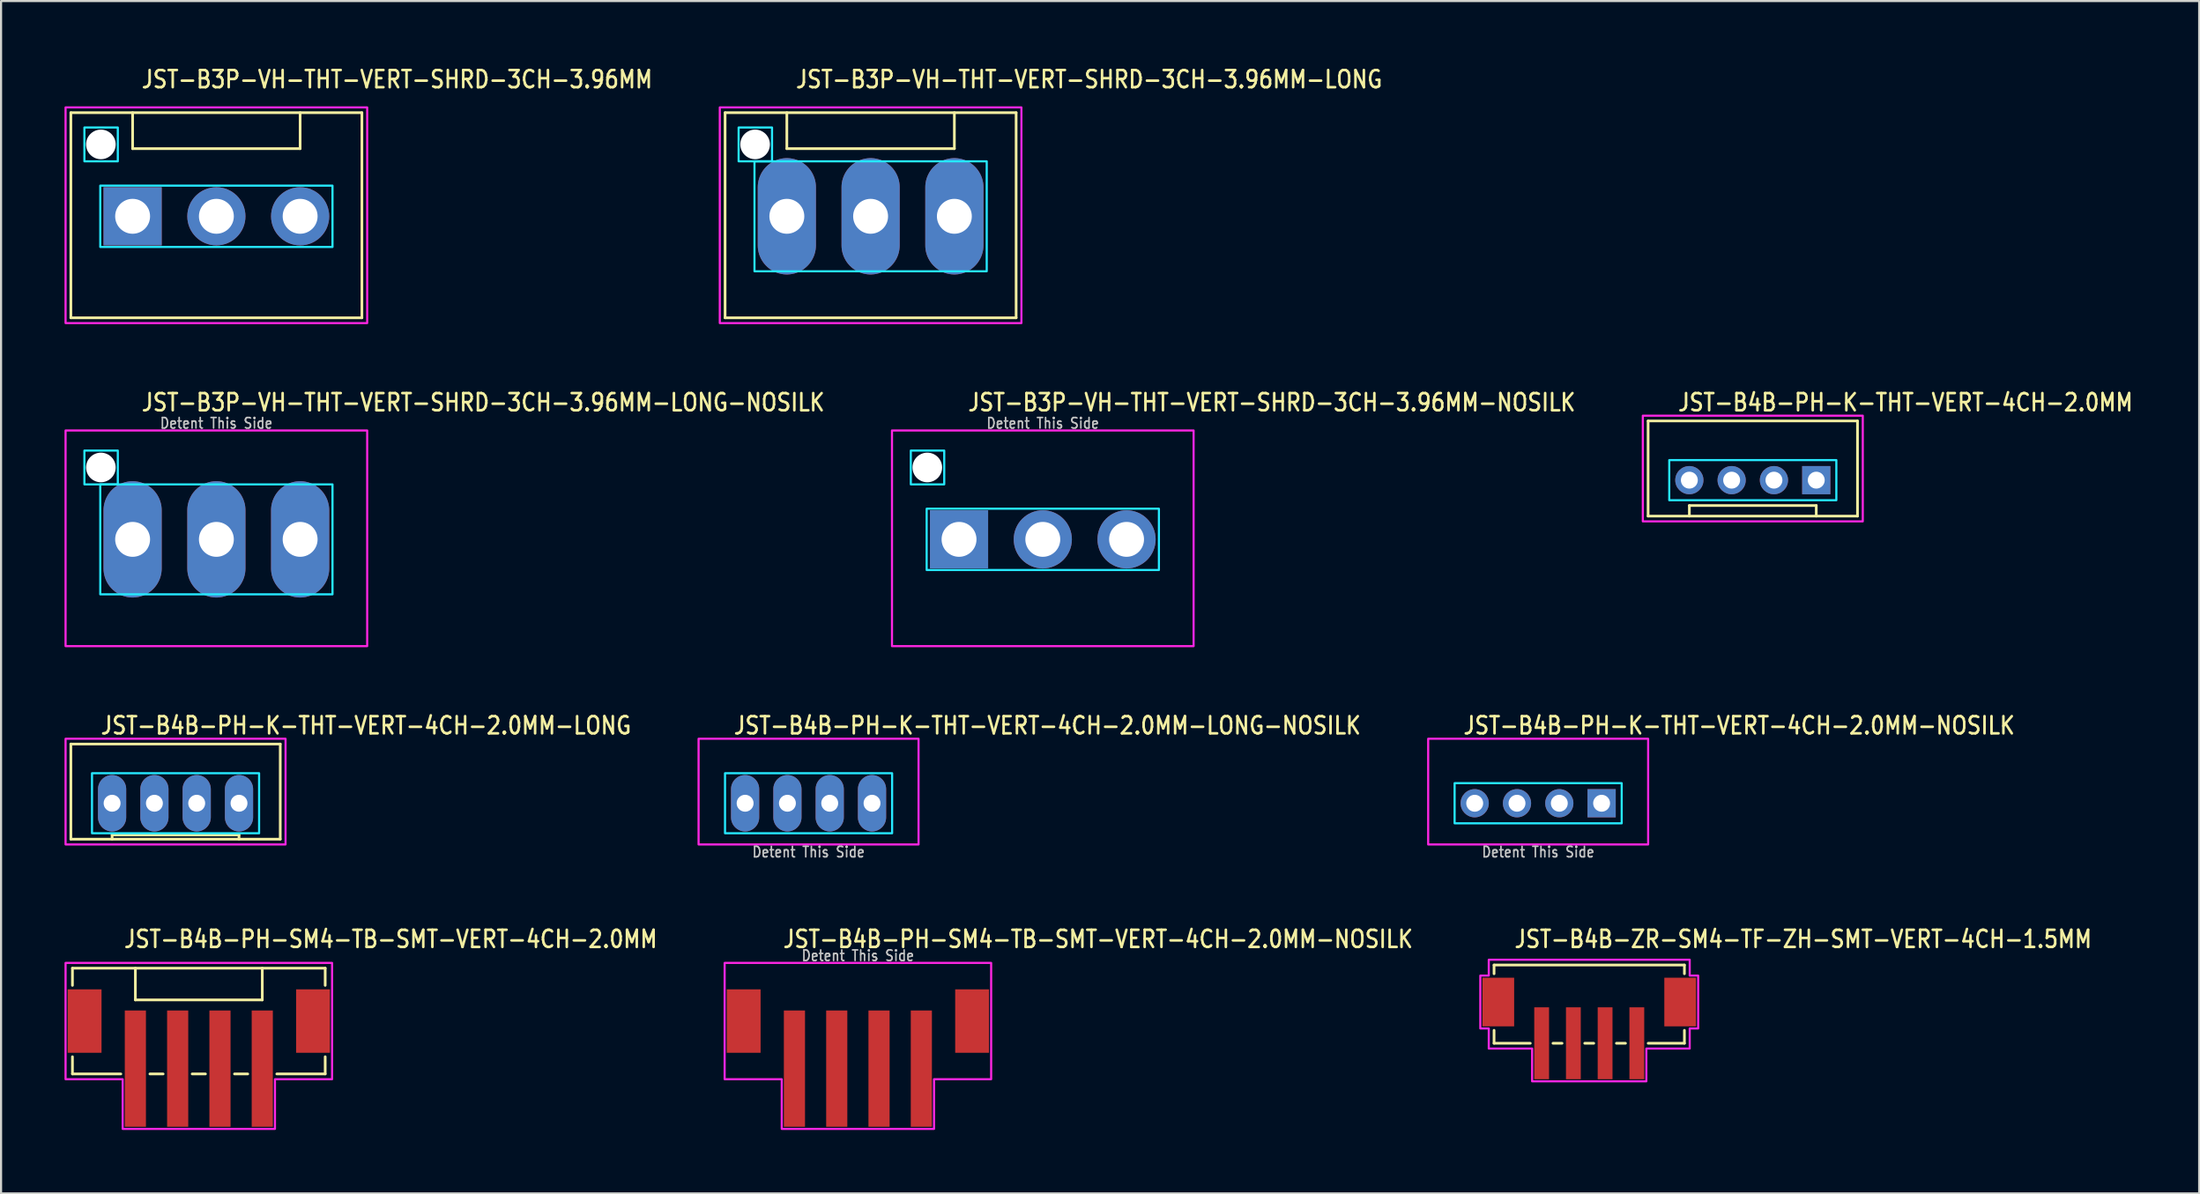
<source format=kicad_pcb>
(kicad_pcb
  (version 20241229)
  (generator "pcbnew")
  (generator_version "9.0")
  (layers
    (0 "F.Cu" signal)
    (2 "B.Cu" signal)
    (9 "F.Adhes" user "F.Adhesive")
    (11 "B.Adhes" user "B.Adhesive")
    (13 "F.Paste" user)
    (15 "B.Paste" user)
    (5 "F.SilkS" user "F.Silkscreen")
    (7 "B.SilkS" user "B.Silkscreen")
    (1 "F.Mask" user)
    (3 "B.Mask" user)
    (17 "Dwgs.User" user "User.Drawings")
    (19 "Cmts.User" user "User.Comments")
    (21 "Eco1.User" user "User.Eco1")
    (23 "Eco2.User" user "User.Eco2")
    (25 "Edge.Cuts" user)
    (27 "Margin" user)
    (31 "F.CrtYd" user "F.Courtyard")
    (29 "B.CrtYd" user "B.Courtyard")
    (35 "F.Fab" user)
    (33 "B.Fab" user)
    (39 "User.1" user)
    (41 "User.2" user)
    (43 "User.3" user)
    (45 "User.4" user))
  (footprint "JST-B4B-PH-K-THT-VERT-4CH-2.0MM-LONG-NOSILK"
    (layer "F.Cu")
    (at 35.178 34.936)
    (property "Reference" "JST-B4B-PH-K-THT-VERT-4CH-2.0MM-LONG-NOSILK" (at -3.6 -3.2 0) (unlocked yes) (layer "F.SilkS") (effects (font (size 0.813 0.695) (thickness 0.122)) (justify left bottom)))
    (fp_poly (pts (xy -3.95 -1.42) (xy -3.95 1.42) (xy 3.95 1.42) (xy 3.95 -1.42)) (stroke (width 0.1) (type solid)) (fill no) (layer "B.CrtYd"))
    (fp_poly (pts (xy -5.2 1.95) (xy -5.2 -3.05) (xy 5.2 -3.05) (xy 5.2 1.95)) (stroke (width 0.1) (type solid)) (fill no) (layer "F.CrtYd"))
    (fp_text user "Detent This Side" (at 0 2.6 0) (unlocked yes) (layer "Dwgs.User") (effects (font (size 0.5 0.427) (thickness 0.075)) (justify bottom)))
    (pad "1" thru_hole oval (at 3 0 90) (size 2.667 1.333) (drill 0.8) (layers "*.Cu" "*.Mask"))
    (pad "2" thru_hole oval (at 1 0 90) (size 2.667 1.333) (drill 0.8) (layers "*.Cu" "*.Mask"))
    (pad "3" thru_hole oval (at -1 0 90) (size 2.667 1.333) (drill 0.8) (layers "*.Cu" "*.Mask"))
    (pad "4" thru_hole oval (at -3 0 90) (size 2.667 1.333) (drill 0.8) (layers "*.Cu" "*.Mask")))
  (footprint "JST-B3P-VH-THT-VERT-SHRD-3CH-3.96MM"
    (layer "F.Cu")
    (at 7.18 7.179)
    (property "Reference" "JST-B3P-VH-THT-VERT-SHRD-3CH-3.96MM" (at -3.6 -6 0) (unlocked yes) (layer "F.SilkS") (effects (font (size 0.813 0.695) (thickness 0.122)) (justify left bottom)))
    (fp_line (start -6.88 -4.9) (end 6.88 -4.9) (stroke (width 0.127) (type solid)) (layer "F.SilkS"))
    (fp_line (start -6.88 4.8) (end -6.88 -4.9) (stroke (width 0.127) (type solid)) (layer "F.SilkS"))
    (fp_line (start -6.88 4.8) (end 6.88 4.8) (stroke (width 0.127) (type solid)) (layer "F.SilkS"))
    (fp_line (start -3.96 -4.9) (end -3.96 -3.2) (stroke (width 0.127) (type solid)) (layer "F.SilkS"))
    (fp_line (start -3.96 -3.2) (end 3.96 -3.2) (stroke (width 0.127) (type solid)) (layer "F.SilkS"))
    (fp_line (start 3.96 -4.9) (end 3.96 -3.2) (stroke (width 0.127) (type solid)) (layer "F.SilkS"))
    (fp_line (start 6.88 -4.9) (end 6.88 4.8) (stroke (width 0.127) (type solid)) (layer "F.SilkS"))
    (fp_poly (pts (xy -5.49 -1.45) (xy -5.49 1.45) (xy 5.49 1.45) (xy 5.49 -1.45)) (stroke (width 0.1) (type solid)) (fill no) (layer "B.CrtYd"))
    (fp_poly (pts (xy -4.66 -4.2) (xy -4.66 -2.6) (xy -6.24 -2.6) (xy -6.24 -4.2)) (stroke (width 0.1) (type solid)) (fill no) (layer "B.CrtYd"))
    (fp_poly (pts (xy -7.13 -5.15) (xy -7.13 5.05) (xy 7.13 5.05) (xy 7.13 -5.15)) (stroke (width 0.1) (type solid)) (fill no) (layer "F.CrtYd"))
    (pad "" np_thru_hole circle (at -5.46 -3.4) (size 1.4 1.4) (drill 1.4) (layers "*.Cu" "*.Mask"))
    (pad "1" thru_hole rect (at -3.96 0) (size 2.75 2.75) (drill 1.65) (layers "*.Cu" "*.Mask"))
    (pad "2" thru_hole oval (at 0 0) (size 2.75 2.75) (drill 1.65) (layers "*.Cu" "*.Mask"))
    (pad "3" thru_hole oval (at 3.96 0) (size 2.75 2.75) (drill 1.65) (layers "*.Cu" "*.Mask")))
  (footprint "JST-B4B-PH-SM4-TB-SMT-VERT-4CH-2.0MM-NOSILK"
    (layer "F.Cu")
    (at 37.51 45.237)
    (property "Reference" "JST-B4B-PH-SM4-TB-SMT-VERT-4CH-2.0MM-NOSILK" (at -3.6 -3.4 0) (unlocked yes) (layer "F.SilkS") (effects (font (size 0.813 0.695) (thickness 0.122)) (justify left bottom)))
    (fp_poly (pts (xy -6.3 -2.75) (xy -6.3 2.75) (xy -3.6 2.75) (xy -3.6 5.1) (xy 3.6 5.1) (xy 3.6 2.75) (xy 6.3 2.75) (xy 6.3 -2.75)) (stroke (width 0.1) (type solid)) (fill no) (layer "F.CrtYd"))
    (fp_text user "Detent This Side" (at 0 -2.8 0) (unlocked yes) (layer "Dwgs.User") (effects (font (size 0.5 0.427) (thickness 0.075)) (justify bottom)))
    (pad "1" smd rect (at -3 2.25) (size 1 5.5) (layers "F.Cu" "F.Mask" "F.Paste"))
    (pad "2" smd rect (at -1 2.25) (size 1 5.5) (layers "F.Cu" "F.Mask" "F.Paste"))
    (pad "3" smd rect (at 1 2.25) (size 1 5.5) (layers "F.Cu" "F.Mask" "F.Paste"))
    (pad "4" smd rect (at 3 2.25) (size 1 5.5) (layers "F.Cu" "F.Mask" "F.Paste"))
    (pad "S_1" smd rect (at -5.4 0) (size 1.6 3) (layers "F.Cu" "F.Mask" "F.Paste"))
    (pad "S_2" smd rect (at 5.4 0) (size 1.6 3) (layers "F.Cu" "F.Mask" "F.Paste")))
  (footprint "JST-B4B-PH-K-THT-VERT-4CH-2.0MM-NOSILK"
    (layer "F.Cu")
    (at 69.672 34.936)
    (property "Reference" "JST-B4B-PH-K-THT-VERT-4CH-2.0MM-NOSILK" (at -3.6 -3.2 0) (unlocked yes) (layer "F.SilkS") (effects (font (size 0.813 0.695) (thickness 0.122)) (justify left bottom)))
    (fp_poly (pts (xy -3.95 -0.95) (xy -3.95 0.95) (xy 3.95 0.95) (xy 3.95 -0.95)) (stroke (width 0.1) (type solid)) (fill no) (layer "B.CrtYd"))
    (fp_poly (pts (xy -5.2 1.95) (xy -5.2 -3.05) (xy 5.2 -3.05) (xy 5.2 1.95)) (stroke (width 0.1) (type solid)) (fill no) (layer "F.CrtYd"))
    (fp_text user "Detent This Side" (at 0 2.6 0) (unlocked yes) (layer "Dwgs.User") (effects (font (size 0.5 0.427) (thickness 0.075)) (justify bottom)))
    (pad "1" thru_hole rect (at 3 0) (size 1.333 1.333) (drill 0.8) (layers "*.Cu" "*.Mask"))
    (pad "2" thru_hole oval (at 1 0) (size 1.333 1.333) (drill 0.8) (layers "*.Cu" "*.Mask"))
    (pad "3" thru_hole oval (at -1 0) (size 1.333 1.333) (drill 0.8) (layers "*.Cu" "*.Mask"))
    (pad "4" thru_hole oval (at -3 0) (size 1.333 1.333) (drill 0.8) (layers "*.Cu" "*.Mask")))
  (footprint "JST-B3P-VH-THT-VERT-SHRD-3CH-3.96MM-LONG"
    (layer "F.Cu")
    (at 38.111 7.179)
    (property "Reference" "JST-B3P-VH-THT-VERT-SHRD-3CH-3.96MM-LONG" (at -3.6 -6 0) (unlocked yes) (layer "F.SilkS") (effects (font (size 0.813 0.695) (thickness 0.122)) (justify left bottom)))
    (fp_line (start -6.88 -4.9) (end 6.88 -4.9) (stroke (width 0.127) (type solid)) (layer "F.SilkS"))
    (fp_line (start -6.88 4.8) (end -6.88 -4.9) (stroke (width 0.127) (type solid)) (layer "F.SilkS"))
    (fp_line (start -6.88 4.8) (end 6.88 4.8) (stroke (width 0.127) (type solid)) (layer "F.SilkS"))
    (fp_line (start -3.96 -4.9) (end -3.96 -3.2) (stroke (width 0.127) (type solid)) (layer "F.SilkS"))
    (fp_line (start -3.96 -3.2) (end 3.96 -3.2) (stroke (width 0.127) (type solid)) (layer "F.SilkS"))
    (fp_line (start 3.96 -4.9) (end 3.96 -3.2) (stroke (width 0.127) (type solid)) (layer "F.SilkS"))
    (fp_line (start 6.88 -4.9) (end 6.88 4.8) (stroke (width 0.127) (type solid)) (layer "F.SilkS"))
    (fp_poly (pts (xy -5.49 -2.6) (xy -5.49 2.6) (xy 5.49 2.6) (xy 5.49 -2.6)) (stroke (width 0.1) (type solid)) (fill no) (layer "B.CrtYd"))
    (fp_poly (pts (xy -4.66 -4.2) (xy -4.66 -2.6) (xy -6.24 -2.6) (xy -6.24 -4.2)) (stroke (width 0.1) (type solid)) (fill no) (layer "B.CrtYd"))
    (fp_poly (pts (xy -7.13 -5.15) (xy -7.13 5.05) (xy 7.13 5.05) (xy 7.13 -5.15)) (stroke (width 0.1) (type solid)) (fill no) (layer "F.CrtYd"))
    (pad "" np_thru_hole circle (at -5.46 -3.4) (size 1.4 1.4) (drill 1.4) (layers "*.Cu" "*.Mask"))
    (pad "1" thru_hole oval (at -3.96 0 90) (size 5.5 2.75) (drill 1.65) (layers "*.Cu" "*.Mask"))
    (pad "2" thru_hole oval (at 0 0 90) (size 5.5 2.75) (drill 1.65) (layers "*.Cu" "*.Mask"))
    (pad "3" thru_hole oval (at 3.96 0 90) (size 5.5 2.75) (drill 1.65) (layers "*.Cu" "*.Mask")))
  (footprint "JST-B4B-PH-K-THT-VERT-4CH-2.0MM-LONG"
    (layer "F.Cu")
    (at 5.25 34.936)
    (property "Reference" "JST-B4B-PH-K-THT-VERT-4CH-2.0MM-LONG" (at -3.6 -3.2 0) (unlocked yes) (layer "F.SilkS") (effects (font (size 0.813 0.695) (thickness 0.122)) (justify left bottom)))
    (fp_line (start -4.95 -2.8) (end -4.95 1.7) (stroke (width 0.127) (type solid)) (layer "F.SilkS"))
    (fp_line (start -4.95 -2.8) (end 4.95 -2.8) (stroke (width 0.127) (type solid)) (layer "F.SilkS"))
    (fp_line (start -4.95 1.7) (end 4.95 1.7) (stroke (width 0.127) (type solid)) (layer "F.SilkS"))
    (fp_line (start -3 1.7) (end -3 1.5) (stroke (width 0.127) (type solid)) (layer "F.SilkS"))
    (fp_line (start 3 1.5) (end -3 1.5) (stroke (width 0.127) (type solid)) (layer "F.SilkS"))
    (fp_line (start 3 1.7) (end 3 1.5) (stroke (width 0.127) (type solid)) (layer "F.SilkS"))
    (fp_line (start 4.95 1.7) (end 4.95 -2.8) (stroke (width 0.127) (type solid)) (layer "F.SilkS"))
    (fp_poly (pts (xy -3.95 -1.42) (xy -3.95 1.42) (xy 3.95 1.42) (xy 3.95 -1.42)) (stroke (width 0.1) (type solid)) (fill no) (layer "B.CrtYd"))
    (fp_poly (pts (xy -5.2 1.95) (xy -5.2 -3.05) (xy 5.2 -3.05) (xy 5.2 1.95)) (stroke (width 0.1) (type solid)) (fill no) (layer "F.CrtYd"))
    (pad "1" thru_hole oval (at 3 0 90) (size 2.667 1.333) (drill 0.8) (layers "*.Cu" "*.Mask"))
    (pad "2" thru_hole oval (at 1 0 90) (size 2.667 1.333) (drill 0.8) (layers "*.Cu" "*.Mask"))
    (pad "3" thru_hole oval (at -1 0 90) (size 2.667 1.333) (drill 0.8) (layers "*.Cu" "*.Mask"))
    (pad "4" thru_hole oval (at -3 0 90) (size 2.667 1.333) (drill 0.8) (layers "*.Cu" "*.Mask")))
  (footprint "JST-B3P-VH-THT-VERT-SHRD-3CH-3.96MM-LONG-NOSILK"
    (layer "F.Cu")
    (at 7.18 22.457)
    (property "Reference" "JST-B3P-VH-THT-VERT-SHRD-3CH-3.96MM-LONG-NOSILK" (at -3.6 -6 0) (unlocked yes) (layer "F.SilkS") (effects (font (size 0.813 0.695) (thickness 0.122)) (justify left bottom)))
    (fp_poly (pts (xy -5.49 -2.6) (xy -5.49 2.6) (xy 5.49 2.6) (xy 5.49 -2.6)) (stroke (width 0.1) (type solid)) (fill no) (layer "B.CrtYd"))
    (fp_poly (pts (xy -4.66 -4.2) (xy -4.66 -2.6) (xy -6.24 -2.6) (xy -6.24 -4.2)) (stroke (width 0.1) (type solid)) (fill no) (layer "B.CrtYd"))
    (fp_poly (pts (xy -7.13 -5.15) (xy -7.13 5.05) (xy 7.13 5.05) (xy 7.13 -5.15)) (stroke (width 0.1) (type solid)) (fill no) (layer "F.CrtYd"))
    (fp_text user "Detent This Side" (at 0 -5.2 0) (unlocked yes) (layer "Dwgs.User") (effects (font (size 0.5 0.427) (thickness 0.075)) (justify bottom)))
    (pad "" np_thru_hole circle (at -5.46 -3.4) (size 1.4 1.4) (drill 1.4) (layers "*.Cu" "*.Mask"))
    (pad "1" thru_hole oval (at -3.96 0 90) (size 5.5 2.75) (drill 1.65) (layers "*.Cu" "*.Mask"))
    (pad "2" thru_hole oval (at 0 0 90) (size 5.5 2.75) (drill 1.65) (layers "*.Cu" "*.Mask"))
    (pad "3" thru_hole oval (at 3.96 0 90) (size 5.5 2.75) (drill 1.65) (layers "*.Cu" "*.Mask")))
  (footprint "JST-B4B-PH-K-THT-VERT-4CH-2.0MM"
    (layer "F.Cu")
    (at 79.82 19.657)
    (property "Reference" "JST-B4B-PH-K-THT-VERT-4CH-2.0MM" (at -3.6 -3.2 0) (unlocked yes) (layer "F.SilkS") (effects (font (size 0.813 0.695) (thickness 0.122)) (justify left bottom)))
    (fp_line (start -4.95 -2.8) (end -4.95 1.7) (stroke (width 0.127) (type solid)) (layer "F.SilkS"))
    (fp_line (start -4.95 -2.8) (end 4.95 -2.8) (stroke (width 0.127) (type solid)) (layer "F.SilkS"))
    (fp_line (start -4.95 1.7) (end 4.95 1.7) (stroke (width 0.127) (type solid)) (layer "F.SilkS"))
    (fp_line (start -3 1.7) (end -3 1.2) (stroke (width 0.127) (type solid)) (layer "F.SilkS"))
    (fp_line (start 3 1.2) (end -3 1.2) (stroke (width 0.127) (type solid)) (layer "F.SilkS"))
    (fp_line (start 3 1.7) (end 3 1.2) (stroke (width 0.127) (type solid)) (layer "F.SilkS"))
    (fp_line (start 4.95 1.7) (end 4.95 -2.8) (stroke (width 0.127) (type solid)) (layer "F.SilkS"))
    (fp_poly (pts (xy -3.95 -0.95) (xy -3.95 0.95) (xy 3.95 0.95) (xy 3.95 -0.95)) (stroke (width 0.1) (type solid)) (fill no) (layer "B.CrtYd"))
    (fp_poly (pts (xy -5.2 1.95) (xy -5.2 -3.05) (xy 5.2 -3.05) (xy 5.2 1.95)) (stroke (width 0.1) (type solid)) (fill no) (layer "F.CrtYd"))
    (pad "1" thru_hole rect (at 3 0) (size 1.333 1.333) (drill 0.8) (layers "*.Cu" "*.Mask"))
    (pad "2" thru_hole oval (at 1 0) (size 1.333 1.333) (drill 0.8) (layers "*.Cu" "*.Mask"))
    (pad "3" thru_hole oval (at -1 0) (size 1.333 1.333) (drill 0.8) (layers "*.Cu" "*.Mask"))
    (pad "4" thru_hole oval (at -3 0) (size 1.333 1.333) (drill 0.8) (layers "*.Cu" "*.Mask")))
  (footprint "JST-B4B-ZR-SM4-TF-ZH-SMT-VERT-4CH-1.5MM"
    (layer "F.Cu")
    (at 72.087 44.337)
    (property "Reference" "JST-B4B-ZR-SM4-TF-ZH-SMT-VERT-4CH-1.5MM" (at -3.6 -2.5 0) (unlocked yes) (layer "F.SilkS") (effects (font (size 0.813 0.695) (thickness 0.122)) (justify left bottom)))
    (fp_line (start -4.5 -1.75) (end -4.5 -1.337) (stroke (width 0.127) (type solid)) (layer "F.SilkS"))
    (fp_line (start -4.5 -1.75) (end 4.5 -1.75) (stroke (width 0.127) (type solid)) (layer "F.SilkS"))
    (fp_line (start -4.5 1.95) (end -4.5 1.337) (stroke (width 0.127) (type solid)) (layer "F.SilkS"))
    (fp_line (start -4.5 1.95) (end -2.787 1.95) (stroke (width 0.127) (type solid)) (layer "F.SilkS"))
    (fp_line (start -1.714 1.95) (end -1.286 1.95) (stroke (width 0.127) (type solid)) (layer "F.SilkS"))
    (fp_line (start -0.213 1.95) (end 0.213 1.95) (stroke (width 0.127) (type solid)) (layer "F.SilkS"))
    (fp_line (start 1.286 1.95) (end 1.714 1.95) (stroke (width 0.127) (type solid)) (layer "F.SilkS"))
    (fp_line (start 2.787 1.95) (end 4.5 1.95) (stroke (width 0.127) (type solid)) (layer "F.SilkS"))
    (fp_line (start 4.5 -1.337) (end 4.5 -1.75) (stroke (width 0.127) (type solid)) (layer "F.SilkS"))
    (fp_line (start 4.5 1.337) (end 4.5 1.95) (stroke (width 0.127) (type solid)) (layer "F.SilkS"))
    (fp_poly (pts (xy -4.75 -2) (xy -4.75 -1.25) (xy -5.15 -1.25) (xy -5.15 1.25) (xy -4.75 1.25) (xy -4.75 2.2) (xy -2.7 2.2) (xy -2.7 3.75) (xy 2.7 3.75) (xy 2.7 2.2) (xy 4.75 2.2) (xy 4.75 1.25) (xy 5.15 1.25) (xy 5.15 -1.25) (xy 4.75 -1.25) (xy 4.75 -2)) (stroke (width 0.1) (type solid)) (fill no) (layer "F.CrtYd"))
    (pad "1" smd rect (at -2.25 1.95) (size 0.7 3.4) (layers "F.Cu" "F.Mask" "F.Paste"))
    (pad "2" smd rect (at -0.75 1.95) (size 0.7 3.4) (layers "F.Cu" "F.Mask" "F.Paste"))
    (pad "3" smd rect (at 0.75 1.95) (size 0.7 3.4) (layers "F.Cu" "F.Mask" "F.Paste"))
    (pad "4" smd rect (at 2.25 1.95) (size 0.7 3.4) (layers "F.Cu" "F.Mask" "F.Paste"))
    (pad "S_5" smd rect (at 4.3 0) (size 1.5 2.3) (layers "F.Cu" "F.Mask" "F.Paste"))
    (pad "S_6" smd rect (at -4.3 0) (size 1.5 2.3) (layers "F.Cu" "F.Mask" "F.Paste")))
  (footprint "JST-B3P-VH-THT-VERT-SHRD-3CH-3.96MM-NOSILK"
    (layer "F.Cu")
    (at 46.252 22.457)
    (property "Reference" "JST-B3P-VH-THT-VERT-SHRD-3CH-3.96MM-NOSILK" (at -3.6 -6 0) (unlocked yes) (layer "F.SilkS") (effects (font (size 0.813 0.695) (thickness 0.122)) (justify left bottom)))
    (fp_poly (pts (xy -5.49 -1.45) (xy -5.49 1.45) (xy 5.49 1.45) (xy 5.49 -1.45)) (stroke (width 0.1) (type solid)) (fill no) (layer "B.CrtYd"))
    (fp_poly (pts (xy -4.66 -4.2) (xy -4.66 -2.6) (xy -6.24 -2.6) (xy -6.24 -4.2)) (stroke (width 0.1) (type solid)) (fill no) (layer "B.CrtYd"))
    (fp_poly (pts (xy -7.13 -5.15) (xy -7.13 5.05) (xy 7.13 5.05) (xy 7.13 -5.15)) (stroke (width 0.1) (type solid)) (fill no) (layer "F.CrtYd"))
    (fp_text user "Detent This Side" (at 0 -5.2 0) (unlocked yes) (layer "Dwgs.User") (effects (font (size 0.5 0.427) (thickness 0.075)) (justify bottom)))
    (pad "" np_thru_hole circle (at -5.46 -3.4) (size 1.4 1.4) (drill 1.4) (layers "*.Cu" "*.Mask"))
    (pad "1" thru_hole rect (at -3.96 0) (size 2.75 2.75) (drill 1.65) (layers "*.Cu" "*.Mask"))
    (pad "2" thru_hole oval (at 0 0) (size 2.75 2.75) (drill 1.65) (layers "*.Cu" "*.Mask"))
    (pad "3" thru_hole oval (at 3.96 0) (size 2.75 2.75) (drill 1.65) (layers "*.Cu" "*.Mask")))
  (footprint "JST-B4B-PH-SM4-TB-SMT-VERT-4CH-2.0MM"
    (layer "F.Cu")
    (at 6.35 45.237)
    (property "Reference" "JST-B4B-PH-SM4-TB-SMT-VERT-4CH-2.0MM" (at -3.6 -3.4 0) (unlocked yes) (layer "F.SilkS") (effects (font (size 0.813 0.695) (thickness 0.122)) (justify left bottom)))
    (fp_line (start -5.975 -2.5) (end -5.975 -1.687) (stroke (width 0.127) (type solid)) (layer "F.SilkS"))
    (fp_line (start -5.975 -2.5) (end 5.975 -2.5) (stroke (width 0.127) (type solid)) (layer "F.SilkS"))
    (fp_line (start -5.975 2.5) (end -5.975 1.687) (stroke (width 0.127) (type solid)) (layer "F.SilkS"))
    (fp_line (start -5.975 2.5) (end -3.687 2.5) (stroke (width 0.127) (type solid)) (layer "F.SilkS"))
    (fp_line (start -3 -2.5) (end -3 -1) (stroke (width 0.127) (type solid)) (layer "F.SilkS"))
    (fp_line (start -3 -1) (end 3 -1) (stroke (width 0.127) (type solid)) (layer "F.SilkS"))
    (fp_line (start -2.313 2.5) (end -1.687 2.5) (stroke (width 0.127) (type solid)) (layer "F.SilkS"))
    (fp_line (start -0.314 2.5) (end 0.314 2.5) (stroke (width 0.127) (type solid)) (layer "F.SilkS"))
    (fp_line (start 1.687 2.5) (end 2.313 2.5) (stroke (width 0.127) (type solid)) (layer "F.SilkS"))
    (fp_line (start 3 -1) (end 3 -2.5) (stroke (width 0.127) (type solid)) (layer "F.SilkS"))
    (fp_line (start 3.687 2.5) (end 5.975 2.5) (stroke (width 0.127) (type solid)) (layer "F.SilkS"))
    (fp_line (start 5.975 -1.687) (end 5.975 -2.5) (stroke (width 0.127) (type solid)) (layer "F.SilkS"))
    (fp_line (start 5.975 1.687) (end 5.975 2.5) (stroke (width 0.127) (type solid)) (layer "F.SilkS"))
    (fp_poly (pts (xy -6.3 -2.75) (xy -6.3 2.75) (xy -3.6 2.75) (xy -3.6 5.1) (xy 3.6 5.1) (xy 3.6 2.75) (xy 6.3 2.75) (xy 6.3 -2.75)) (stroke (width 0.1) (type solid)) (fill no) (layer "F.CrtYd"))
    (pad "1" smd rect (at -3 2.25) (size 1 5.5) (layers "F.Cu" "F.Mask" "F.Paste"))
    (pad "2" smd rect (at -1 2.25) (size 1 5.5) (layers "F.Cu" "F.Mask" "F.Paste"))
    (pad "3" smd rect (at 1 2.25) (size 1 5.5) (layers "F.Cu" "F.Mask" "F.Paste"))
    (pad "4" smd rect (at 3 2.25) (size 1 5.5) (layers "F.Cu" "F.Mask" "F.Paste"))
    (pad "S_1" smd rect (at -5.4 0) (size 1.6 3) (layers "F.Cu" "F.Mask" "F.Paste"))
    (pad "S_2" smd rect (at 5.4 0) (size 1.6 3) (layers "F.Cu" "F.Mask" "F.Paste")))
  (gr_rect
    (start -3 -3)
    (end 100.924 53.387)
    (stroke (width 0.1) (type default))
    (fill no)
    (layer "Edge.Cuts")))
</source>
